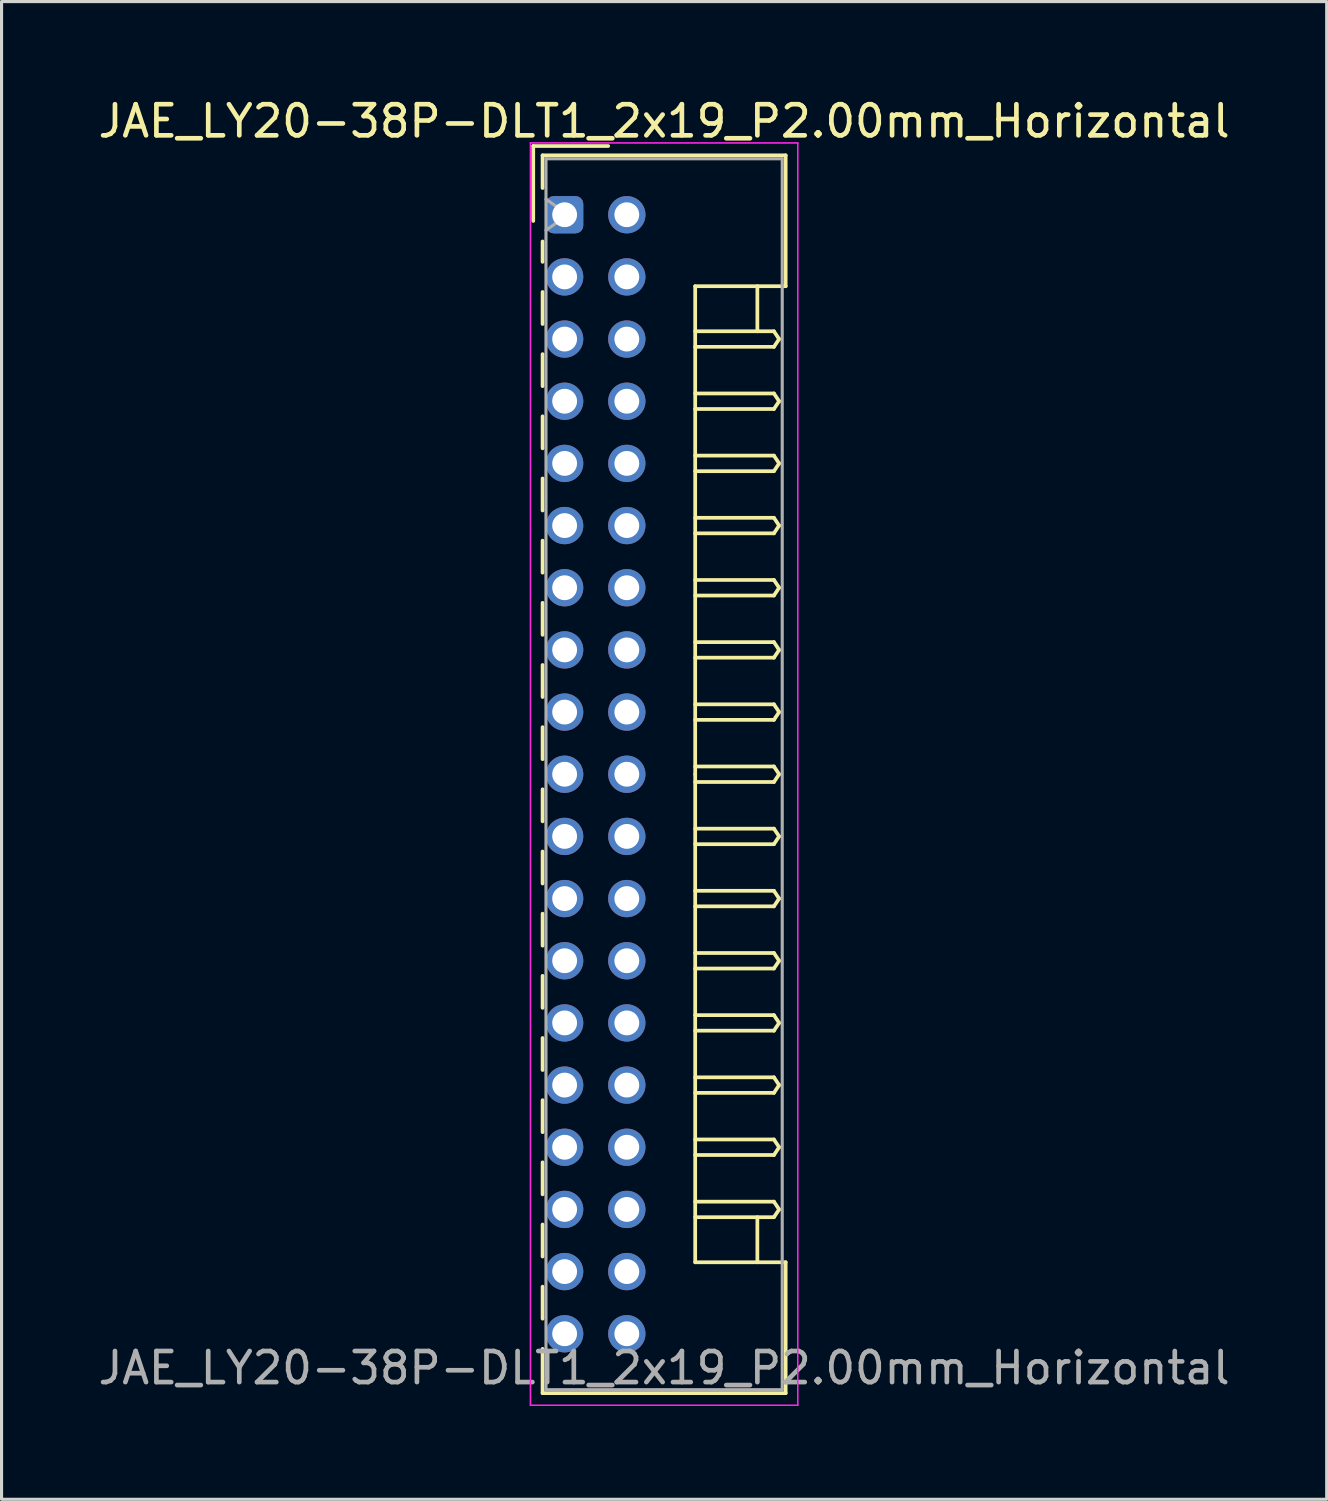
<source format=kicad_pcb>
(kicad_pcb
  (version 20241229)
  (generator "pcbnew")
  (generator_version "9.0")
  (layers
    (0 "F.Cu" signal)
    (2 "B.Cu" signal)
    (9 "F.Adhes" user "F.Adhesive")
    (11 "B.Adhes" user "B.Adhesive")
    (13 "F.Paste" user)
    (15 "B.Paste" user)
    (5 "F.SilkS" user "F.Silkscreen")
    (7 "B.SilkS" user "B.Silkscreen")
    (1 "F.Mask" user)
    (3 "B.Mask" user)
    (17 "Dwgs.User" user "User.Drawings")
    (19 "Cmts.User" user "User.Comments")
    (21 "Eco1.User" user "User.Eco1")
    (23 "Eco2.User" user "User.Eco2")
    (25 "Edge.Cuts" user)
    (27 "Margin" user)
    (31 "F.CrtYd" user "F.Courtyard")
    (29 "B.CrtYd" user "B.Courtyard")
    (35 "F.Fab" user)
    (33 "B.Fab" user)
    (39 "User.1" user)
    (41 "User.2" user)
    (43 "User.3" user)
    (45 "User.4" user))
  (footprint "JAE_LY20-38P-DLT1_2x19_P2.00mm_Horizontal"
    (layer "F.Cu")
    (at 15.115 3.858)
    (property "Reference" "JAE_LY20-38P-DLT1_2x19_P2.00mm_Horizontal" (at 3.2 -3.01 0) (layer "F.SilkS") (effects (font (size 1 1) (thickness 0.15))))
    (attr through_hole)
    (fp_line (start -1.01 -2.21) (end -1.01 0.2) (stroke (width 0.12) (type solid)) (layer "F.SilkS"))
    (fp_line (start -0.71 -1.91) (end -0.71 -0.86) (stroke (width 0.12) (type solid)) (layer "F.SilkS"))
    (fp_line (start -0.71 -1.91) (end 7.11 -1.91) (stroke (width 0.12) (type solid)) (layer "F.SilkS"))
    (fp_line (start -0.71 0.86) (end -0.71 1.515) (stroke (width 0.12) (type solid)) (layer "F.SilkS"))
    (fp_line (start -0.71 2.485) (end -0.71 3.515) (stroke (width 0.12) (type solid)) (layer "F.SilkS"))
    (fp_line (start -0.71 4.485) (end -0.71 5.515) (stroke (width 0.12) (type solid)) (layer "F.SilkS"))
    (fp_line (start -0.71 6.485) (end -0.71 7.515) (stroke (width 0.12) (type solid)) (layer "F.SilkS"))
    (fp_line (start -0.71 8.485) (end -0.71 9.515) (stroke (width 0.12) (type solid)) (layer "F.SilkS"))
    (fp_line (start -0.71 10.485) (end -0.71 11.515) (stroke (width 0.12) (type solid)) (layer "F.SilkS"))
    (fp_line (start -0.71 12.485) (end -0.71 13.515) (stroke (width 0.12) (type solid)) (layer "F.SilkS"))
    (fp_line (start -0.71 14.485) (end -0.71 15.515) (stroke (width 0.12) (type solid)) (layer "F.SilkS"))
    (fp_line (start -0.71 16.485) (end -0.71 17.515) (stroke (width 0.12) (type solid)) (layer "F.SilkS"))
    (fp_line (start -0.71 18.485) (end -0.71 19.515) (stroke (width 0.12) (type solid)) (layer "F.SilkS"))
    (fp_line (start -0.71 20.485) (end -0.71 21.515) (stroke (width 0.12) (type solid)) (layer "F.SilkS"))
    (fp_line (start -0.71 22.485) (end -0.71 23.515) (stroke (width 0.12) (type solid)) (layer "F.SilkS"))
    (fp_line (start -0.71 24.485) (end -0.71 25.515) (stroke (width 0.12) (type solid)) (layer "F.SilkS"))
    (fp_line (start -0.71 26.485) (end -0.71 27.515) (stroke (width 0.12) (type solid)) (layer "F.SilkS"))
    (fp_line (start -0.71 28.485) (end -0.71 29.515) (stroke (width 0.12) (type solid)) (layer "F.SilkS"))
    (fp_line (start -0.71 30.485) (end -0.71 31.515) (stroke (width 0.12) (type solid)) (layer "F.SilkS"))
    (fp_line (start -0.71 32.485) (end -0.71 33.515) (stroke (width 0.12) (type solid)) (layer "F.SilkS"))
    (fp_line (start -0.71 34.485) (end -0.71 35.515) (stroke (width 0.12) (type solid)) (layer "F.SilkS"))
    (fp_line (start -0.71 36.485) (end -0.71 37.91) (stroke (width 0.12) (type solid)) (layer "F.SilkS"))
    (fp_line (start -0.71 37.91) (end 7.11 37.91) (stroke (width 0.12) (type solid)) (layer "F.SilkS"))
    (fp_line (start 1.4 -2.21) (end -1.01 -2.21) (stroke (width 0.12) (type solid)) (layer "F.SilkS"))
    (fp_line (start 4.2 2.3) (end 4.2 18) (stroke (width 0.12) (type solid)) (layer "F.SilkS"))
    (fp_line (start 4.2 3.75) (end 6.733 3.75) (stroke (width 0.12) (type solid)) (layer "F.SilkS"))
    (fp_line (start 4.2 5.75) (end 6.733 5.75) (stroke (width 0.12) (type solid)) (layer "F.SilkS"))
    (fp_line (start 4.2 7.75) (end 6.733 7.75) (stroke (width 0.12) (type solid)) (layer "F.SilkS"))
    (fp_line (start 4.2 9.75) (end 6.733 9.75) (stroke (width 0.12) (type solid)) (layer "F.SilkS"))
    (fp_line (start 4.2 11.75) (end 6.733 11.75) (stroke (width 0.12) (type solid)) (layer "F.SilkS"))
    (fp_line (start 4.2 13.75) (end 6.733 13.75) (stroke (width 0.12) (type solid)) (layer "F.SilkS"))
    (fp_line (start 4.2 15.75) (end 6.733 15.75) (stroke (width 0.12) (type solid)) (layer "F.SilkS"))
    (fp_line (start 4.2 17.75) (end 6.733 17.75) (stroke (width 0.12) (type solid)) (layer "F.SilkS"))
    (fp_line (start 4.2 19.75) (end 6.733 19.75) (stroke (width 0.12) (type solid)) (layer "F.SilkS"))
    (fp_line (start 4.2 21.75) (end 6.733 21.75) (stroke (width 0.12) (type solid)) (layer "F.SilkS"))
    (fp_line (start 4.2 23.75) (end 6.733 23.75) (stroke (width 0.12) (type solid)) (layer "F.SilkS"))
    (fp_line (start 4.2 25.75) (end 6.733 25.75) (stroke (width 0.12) (type solid)) (layer "F.SilkS"))
    (fp_line (start 4.2 27.75) (end 6.733 27.75) (stroke (width 0.12) (type solid)) (layer "F.SilkS"))
    (fp_line (start 4.2 29.75) (end 6.733 29.75) (stroke (width 0.12) (type solid)) (layer "F.SilkS"))
    (fp_line (start 4.2 31.75) (end 6.733 31.75) (stroke (width 0.12) (type solid)) (layer "F.SilkS"))
    (fp_line (start 4.2 33.7) (end 4.2 18) (stroke (width 0.12) (type solid)) (layer "F.SilkS"))
    (fp_line (start 6.2 2.3) (end 6.2 3.75) (stroke (width 0.12) (type solid)) (layer "F.SilkS"))
    (fp_line (start 6.2 33.7) (end 6.2 32.25) (stroke (width 0.12) (type solid)) (layer "F.SilkS"))
    (fp_line (start 6.733 3.75) (end 6.9 4) (stroke (width 0.12) (type solid)) (layer "F.SilkS"))
    (fp_line (start 6.733 4.25) (end 4.2 4.25) (stroke (width 0.12) (type solid)) (layer "F.SilkS"))
    (fp_line (start 6.733 5.75) (end 6.9 6) (stroke (width 0.12) (type solid)) (layer "F.SilkS"))
    (fp_line (start 6.733 6.25) (end 4.2 6.25) (stroke (width 0.12) (type solid)) (layer "F.SilkS"))
    (fp_line (start 6.733 7.75) (end 6.9 8) (stroke (width 0.12) (type solid)) (layer "F.SilkS"))
    (fp_line (start 6.733 8.25) (end 4.2 8.25) (stroke (width 0.12) (type solid)) (layer "F.SilkS"))
    (fp_line (start 6.733 9.75) (end 6.9 10) (stroke (width 0.12) (type solid)) (layer "F.SilkS"))
    (fp_line (start 6.733 10.25) (end 4.2 10.25) (stroke (width 0.12) (type solid)) (layer "F.SilkS"))
    (fp_line (start 6.733 11.75) (end 6.9 12) (stroke (width 0.12) (type solid)) (layer "F.SilkS"))
    (fp_line (start 6.733 12.25) (end 4.2 12.25) (stroke (width 0.12) (type solid)) (layer "F.SilkS"))
    (fp_line (start 6.733 13.75) (end 6.9 14) (stroke (width 0.12) (type solid)) (layer "F.SilkS"))
    (fp_line (start 6.733 14.25) (end 4.2 14.25) (stroke (width 0.12) (type solid)) (layer "F.SilkS"))
    (fp_line (start 6.733 15.75) (end 6.9 16) (stroke (width 0.12) (type solid)) (layer "F.SilkS"))
    (fp_line (start 6.733 16.25) (end 4.2 16.25) (stroke (width 0.12) (type solid)) (layer "F.SilkS"))
    (fp_line (start 6.733 17.75) (end 6.9 18) (stroke (width 0.12) (type solid)) (layer "F.SilkS"))
    (fp_line (start 6.733 18.25) (end 4.2 18.25) (stroke (width 0.12) (type solid)) (layer "F.SilkS"))
    (fp_line (start 6.733 19.75) (end 6.9 20) (stroke (width 0.12) (type solid)) (layer "F.SilkS"))
    (fp_line (start 6.733 20.25) (end 4.2 20.25) (stroke (width 0.12) (type solid)) (layer "F.SilkS"))
    (fp_line (start 6.733 21.75) (end 6.9 22) (stroke (width 0.12) (type solid)) (layer "F.SilkS"))
    (fp_line (start 6.733 22.25) (end 4.2 22.25) (stroke (width 0.12) (type solid)) (layer "F.SilkS"))
    (fp_line (start 6.733 23.75) (end 6.9 24) (stroke (width 0.12) (type solid)) (layer "F.SilkS"))
    (fp_line (start 6.733 24.25) (end 4.2 24.25) (stroke (width 0.12) (type solid)) (layer "F.SilkS"))
    (fp_line (start 6.733 25.75) (end 6.9 26) (stroke (width 0.12) (type solid)) (layer "F.SilkS"))
    (fp_line (start 6.733 26.25) (end 4.2 26.25) (stroke (width 0.12) (type solid)) (layer "F.SilkS"))
    (fp_line (start 6.733 27.75) (end 6.9 28) (stroke (width 0.12) (type solid)) (layer "F.SilkS"))
    (fp_line (start 6.733 28.25) (end 4.2 28.25) (stroke (width 0.12) (type solid)) (layer "F.SilkS"))
    (fp_line (start 6.733 29.75) (end 6.9 30) (stroke (width 0.12) (type solid)) (layer "F.SilkS"))
    (fp_line (start 6.733 30.25) (end 4.2 30.25) (stroke (width 0.12) (type solid)) (layer "F.SilkS"))
    (fp_line (start 6.733 31.75) (end 6.9 32) (stroke (width 0.12) (type solid)) (layer "F.SilkS"))
    (fp_line (start 6.733 32.25) (end 4.2 32.25) (stroke (width 0.12) (type solid)) (layer "F.SilkS"))
    (fp_line (start 6.9 4) (end 6.733 4.25) (stroke (width 0.12) (type solid)) (layer "F.SilkS"))
    (fp_line (start 6.9 6) (end 6.733 6.25) (stroke (width 0.12) (type solid)) (layer "F.SilkS"))
    (fp_line (start 6.9 8) (end 6.733 8.25) (stroke (width 0.12) (type solid)) (layer "F.SilkS"))
    (fp_line (start 6.9 10) (end 6.733 10.25) (stroke (width 0.12) (type solid)) (layer "F.SilkS"))
    (fp_line (start 6.9 12) (end 6.733 12.25) (stroke (width 0.12) (type solid)) (layer "F.SilkS"))
    (fp_line (start 6.9 14) (end 6.733 14.25) (stroke (width 0.12) (type solid)) (layer "F.SilkS"))
    (fp_line (start 6.9 16) (end 6.733 16.25) (stroke (width 0.12) (type solid)) (layer "F.SilkS"))
    (fp_line (start 6.9 18) (end 6.733 18.25) (stroke (width 0.12) (type solid)) (layer "F.SilkS"))
    (fp_line (start 6.9 20) (end 6.733 20.25) (stroke (width 0.12) (type solid)) (layer "F.SilkS"))
    (fp_line (start 6.9 22) (end 6.733 22.25) (stroke (width 0.12) (type solid)) (layer "F.SilkS"))
    (fp_line (start 6.9 24) (end 6.733 24.25) (stroke (width 0.12) (type solid)) (layer "F.SilkS"))
    (fp_line (start 6.9 26) (end 6.733 26.25) (stroke (width 0.12) (type solid)) (layer "F.SilkS"))
    (fp_line (start 6.9 28) (end 6.733 28.25) (stroke (width 0.12) (type solid)) (layer "F.SilkS"))
    (fp_line (start 6.9 30) (end 6.733 30.25) (stroke (width 0.12) (type solid)) (layer "F.SilkS"))
    (fp_line (start 6.9 32) (end 6.733 32.25) (stroke (width 0.12) (type solid)) (layer "F.SilkS"))
    (fp_line (start 7.11 -1.91) (end 7.11 2.3) (stroke (width 0.12) (type solid)) (layer "F.SilkS"))
    (fp_line (start 7.11 2.3) (end 4.2 2.3) (stroke (width 0.12) (type solid)) (layer "F.SilkS"))
    (fp_line (start 7.11 33.7) (end 4.2 33.7) (stroke (width 0.12) (type solid)) (layer "F.SilkS"))
    (fp_line (start 7.11 37.91) (end 7.11 33.7) (stroke (width 0.12) (type solid)) (layer "F.SilkS"))
    (fp_line (start -1.1 -2.31) (end -1.1 38.3) (stroke (width 0.05) (type solid)) (layer "F.CrtYd"))
    (fp_line (start -1.1 38.3) (end 7.5 38.3) (stroke (width 0.05) (type solid)) (layer "F.CrtYd"))
    (fp_line (start 7.5 -2.31) (end -1.1 -2.31) (stroke (width 0.05) (type solid)) (layer "F.CrtYd"))
    (fp_line (start 7.5 38.3) (end 7.5 -2.31) (stroke (width 0.05) (type solid)) (layer "F.CrtYd"))
    (fp_line (start -0.6 -1.8) (end -0.6 37.8) (stroke (width 0.1) (type solid)) (layer "F.Fab"))
    (fp_line (start -0.6 0.5) (end 0.107 0) (stroke (width 0.1) (type solid)) (layer "F.Fab"))
    (fp_line (start -0.6 37.8) (end 7 37.8) (stroke (width 0.1) (type solid)) (layer "F.Fab"))
    (fp_line (start 0.107 0) (end -0.6 -0.5) (stroke (width 0.1) (type solid)) (layer "F.Fab"))
    (fp_line (start 7 -1.8) (end -0.6 -1.8) (stroke (width 0.1) (type solid)) (layer "F.Fab"))
    (fp_line (start 7 37.8) (end 7 -1.8) (stroke (width 0.1) (type solid)) (layer "F.Fab"))
    (fp_text user "${REFERENCE}" (at 3.2 37.1 0) (layer "F.Fab") (effects (font (size 1 1) (thickness 0.15))))
    (pad "a1" thru_hole roundrect (at 0 0) (size 1.2 1.2) (drill 0.8) (layers "*.Cu" "*.Mask") (roundrect_rratio 0.208))
    (pad "a2" thru_hole circle (at 0 2) (size 1.2 1.2) (drill 0.8) (layers "*.Cu" "*.Mask"))
    (pad "a3" thru_hole circle (at 0 4) (size 1.2 1.2) (drill 0.8) (layers "*.Cu" "*.Mask"))
    (pad "a4" thru_hole circle (at 0 6) (size 1.2 1.2) (drill 0.8) (layers "*.Cu" "*.Mask"))
    (pad "a5" thru_hole circle (at 0 8) (size 1.2 1.2) (drill 0.8) (layers "*.Cu" "*.Mask"))
    (pad "a6" thru_hole circle (at 0 10) (size 1.2 1.2) (drill 0.8) (layers "*.Cu" "*.Mask"))
    (pad "a7" thru_hole circle (at 0 12) (size 1.2 1.2) (drill 0.8) (layers "*.Cu" "*.Mask"))
    (pad "a8" thru_hole circle (at 0 14) (size 1.2 1.2) (drill 0.8) (layers "*.Cu" "*.Mask"))
    (pad "a9" thru_hole circle (at 0 16) (size 1.2 1.2) (drill 0.8) (layers "*.Cu" "*.Mask"))
    (pad "a10" thru_hole circle (at 0 18) (size 1.2 1.2) (drill 0.8) (layers "*.Cu" "*.Mask"))
    (pad "a11" thru_hole circle (at 0 20) (size 1.2 1.2) (drill 0.8) (layers "*.Cu" "*.Mask"))
    (pad "a12" thru_hole circle (at 0 22) (size 1.2 1.2) (drill 0.8) (layers "*.Cu" "*.Mask"))
    (pad "a13" thru_hole circle (at 0 24) (size 1.2 1.2) (drill 0.8) (layers "*.Cu" "*.Mask"))
    (pad "a14" thru_hole circle (at 0 26) (size 1.2 1.2) (drill 0.8) (layers "*.Cu" "*.Mask"))
    (pad "a15" thru_hole circle (at 0 28) (size 1.2 1.2) (drill 0.8) (layers "*.Cu" "*.Mask"))
    (pad "a16" thru_hole circle (at 0 30) (size 1.2 1.2) (drill 0.8) (layers "*.Cu" "*.Mask"))
    (pad "a17" thru_hole circle (at 0 32) (size 1.2 1.2) (drill 0.8) (layers "*.Cu" "*.Mask"))
    (pad "a18" thru_hole circle (at 0 34) (size 1.2 1.2) (drill 0.8) (layers "*.Cu" "*.Mask"))
    (pad "a19" thru_hole circle (at 0 36) (size 1.2 1.2) (drill 0.8) (layers "*.Cu" "*.Mask"))
    (pad "b1" thru_hole circle (at 2 0) (size 1.2 1.2) (drill 0.8) (layers "*.Cu" "*.Mask"))
    (pad "b2" thru_hole circle (at 2 2) (size 1.2 1.2) (drill 0.8) (layers "*.Cu" "*.Mask"))
    (pad "b3" thru_hole circle (at 2 4) (size 1.2 1.2) (drill 0.8) (layers "*.Cu" "*.Mask"))
    (pad "b4" thru_hole circle (at 2 6) (size 1.2 1.2) (drill 0.8) (layers "*.Cu" "*.Mask"))
    (pad "b5" thru_hole circle (at 2 8) (size 1.2 1.2) (drill 0.8) (layers "*.Cu" "*.Mask"))
    (pad "b6" thru_hole circle (at 2 10) (size 1.2 1.2) (drill 0.8) (layers "*.Cu" "*.Mask"))
    (pad "b7" thru_hole circle (at 2 12) (size 1.2 1.2) (drill 0.8) (layers "*.Cu" "*.Mask"))
    (pad "b8" thru_hole circle (at 2 14) (size 1.2 1.2) (drill 0.8) (layers "*.Cu" "*.Mask"))
    (pad "b9" thru_hole circle (at 2 16) (size 1.2 1.2) (drill 0.8) (layers "*.Cu" "*.Mask"))
    (pad "b10" thru_hole circle (at 2 18) (size 1.2 1.2) (drill 0.8) (layers "*.Cu" "*.Mask"))
    (pad "b11" thru_hole circle (at 2 20) (size 1.2 1.2) (drill 0.8) (layers "*.Cu" "*.Mask"))
    (pad "b12" thru_hole circle (at 2 22) (size 1.2 1.2) (drill 0.8) (layers "*.Cu" "*.Mask"))
    (pad "b13" thru_hole circle (at 2 24) (size 1.2 1.2) (drill 0.8) (layers "*.Cu" "*.Mask"))
    (pad "b14" thru_hole circle (at 2 26) (size 1.2 1.2) (drill 0.8) (layers "*.Cu" "*.Mask"))
    (pad "b15" thru_hole circle (at 2 28) (size 1.2 1.2) (drill 0.8) (layers "*.Cu" "*.Mask"))
    (pad "b16" thru_hole circle (at 2 30) (size 1.2 1.2) (drill 0.8) (layers "*.Cu" "*.Mask"))
    (pad "b17" thru_hole circle (at 2 32) (size 1.2 1.2) (drill 0.8) (layers "*.Cu" "*.Mask"))
    (pad "b18" thru_hole circle (at 2 34) (size 1.2 1.2) (drill 0.8) (layers "*.Cu" "*.Mask"))
    (pad "b19" thru_hole circle (at 2 36) (size 1.2 1.2) (drill 0.8) (layers "*.Cu" "*.Mask")))
  (gr_rect
    (start -3 -3)
    (end 39.631 45.183)
    (stroke (width 0.1) (type default))
    (fill no)
    (layer "Edge.Cuts")))
</source>
